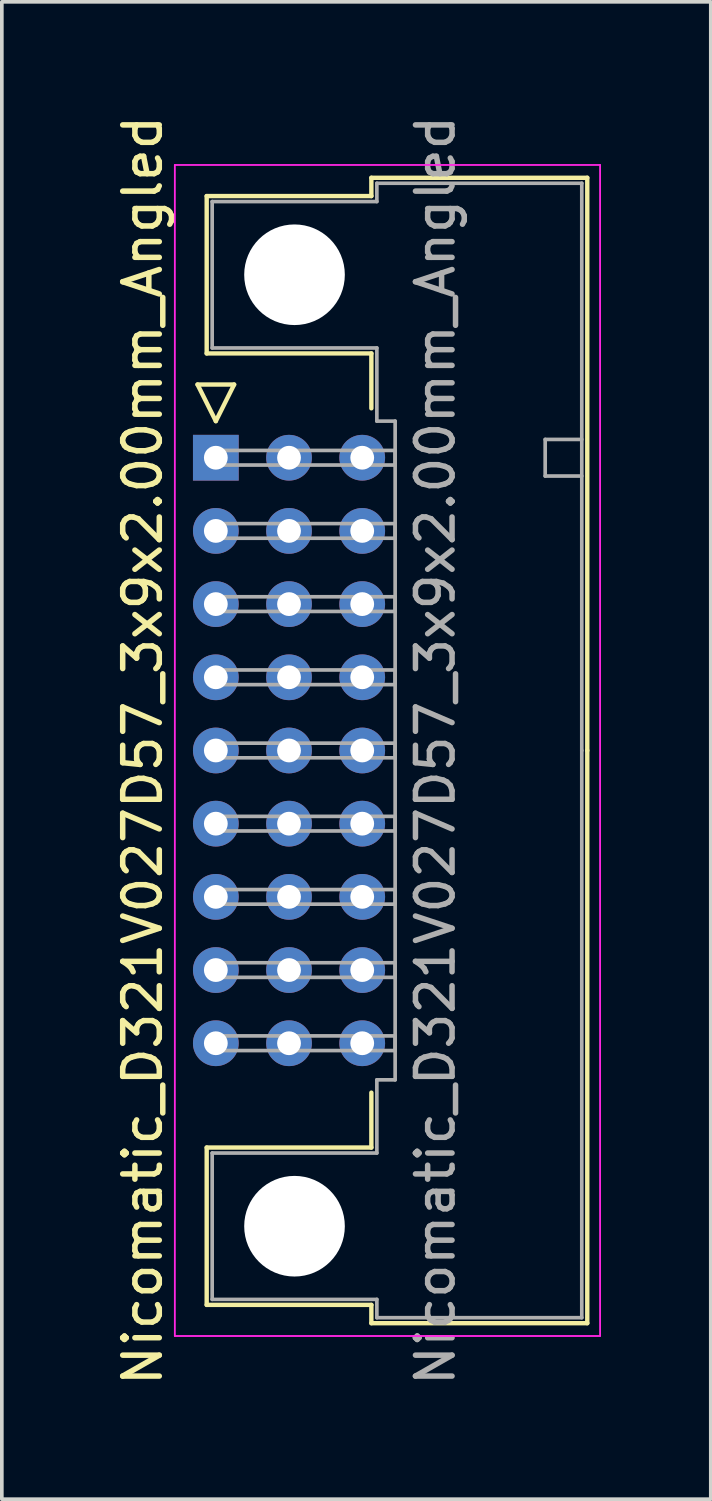
<source format=kicad_pcb>
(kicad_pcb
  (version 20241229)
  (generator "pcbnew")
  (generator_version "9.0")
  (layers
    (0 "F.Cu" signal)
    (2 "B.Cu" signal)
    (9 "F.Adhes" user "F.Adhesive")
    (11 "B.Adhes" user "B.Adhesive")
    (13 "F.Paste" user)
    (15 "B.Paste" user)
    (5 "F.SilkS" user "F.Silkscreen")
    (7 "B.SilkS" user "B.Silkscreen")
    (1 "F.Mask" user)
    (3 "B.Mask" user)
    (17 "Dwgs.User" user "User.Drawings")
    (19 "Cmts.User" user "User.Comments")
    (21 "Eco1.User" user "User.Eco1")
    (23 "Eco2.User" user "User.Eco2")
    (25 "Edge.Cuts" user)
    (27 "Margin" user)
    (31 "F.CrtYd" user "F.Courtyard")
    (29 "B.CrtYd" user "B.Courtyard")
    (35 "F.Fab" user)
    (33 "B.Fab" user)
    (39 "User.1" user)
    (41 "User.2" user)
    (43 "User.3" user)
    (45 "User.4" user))
  (footprint "Nicomatic_D321V027D57_3x9x2.00mm_Angled"
    (layer "F.Cu")
    (at 2.848 9.458)
    (property "Reference" "Nicomatic_D321V027D57_3x9x2.00mm_Angled" (at -2 8 90) (layer "F.SilkS") (effects (font (size 1 1) (thickness 0.15))))
    (attr through_hole)
    (fp_line (start -0.5 -2) (end 0 -1) (stroke (width 0.12) (type solid)) (layer "F.SilkS"))
    (fp_line (start -0.25 -7.15) (end -0.25 -2.85) (stroke (width 0.12) (type solid)) (layer "F.SilkS"))
    (fp_line (start -0.25 -2.85) (end 4.25 -2.85) (stroke (width 0.12) (type solid)) (layer "F.SilkS"))
    (fp_line (start -0.25 18.85) (end 4.25 18.85) (stroke (width 0.12) (type solid)) (layer "F.SilkS"))
    (fp_line (start -0.25 23.15) (end -0.25 18.85) (stroke (width 0.12) (type solid)) (layer "F.SilkS"))
    (fp_line (start 0 -1) (end 0.5 -2) (stroke (width 0.12) (type solid)) (layer "F.SilkS"))
    (fp_line (start 0.5 -2) (end -0.5 -2) (stroke (width 0.12) (type solid)) (layer "F.SilkS"))
    (fp_line (start 4.25 -7.65) (end 4.25 -7.15) (stroke (width 0.12) (type solid)) (layer "F.SilkS"))
    (fp_line (start 4.25 -7.15) (end -0.25 -7.15) (stroke (width 0.12) (type solid)) (layer "F.SilkS"))
    (fp_line (start 4.25 -2.85) (end 4.25 -1.35) (stroke (width 0.12) (type solid)) (layer "F.SilkS"))
    (fp_line (start 4.25 18.85) (end 4.25 17.35) (stroke (width 0.12) (type solid)) (layer "F.SilkS"))
    (fp_line (start 4.25 23.15) (end -0.25 23.15) (stroke (width 0.12) (type solid)) (layer "F.SilkS"))
    (fp_line (start 4.25 23.65) (end 4.25 23.15) (stroke (width 0.12) (type solid)) (layer "F.SilkS"))
    (fp_line (start 10.15 -7.65) (end 4.25 -7.65) (stroke (width 0.12) (type solid)) (layer "F.SilkS"))
    (fp_line (start 10.15 8) (end 10.15 -7.65) (stroke (width 0.12) (type solid)) (layer "F.SilkS"))
    (fp_line (start 10.15 8) (end 10.15 23.65) (stroke (width 0.12) (type solid)) (layer "F.SilkS"))
    (fp_line (start 10.15 23.65) (end 4.25 23.65) (stroke (width 0.12) (type solid)) (layer "F.SilkS"))
    (fp_line (start -1.12 -8) (end -1.12 24) (stroke (width 0.05) (type solid)) (layer "F.CrtYd"))
    (fp_line (start -1.12 24) (end 10.5 24) (stroke (width 0.05) (type solid)) (layer "F.CrtYd"))
    (fp_line (start 10.5 -8) (end -1.12 -8) (stroke (width 0.05) (type solid)) (layer "F.CrtYd"))
    (fp_line (start 10.5 24) (end 10.5 -8) (stroke (width 0.05) (type solid)) (layer "F.CrtYd"))
    (fp_line (start -0.1 -7) (end -0.1 -3) (stroke (width 0.1) (type solid)) (layer "F.Fab"))
    (fp_line (start -0.1 -3) (end 4.4 -3) (stroke (width 0.1) (type solid)) (layer "F.Fab"))
    (fp_line (start -0.1 19) (end 4.4 19) (stroke (width 0.1) (type solid)) (layer "F.Fab"))
    (fp_line (start -0.1 23) (end -0.1 19) (stroke (width 0.1) (type solid)) (layer "F.Fab"))
    (fp_line (start 0 -0.2) (end 0 0.2) (stroke (width 0.1) (type solid)) (layer "F.Fab"))
    (fp_line (start 0 0.2) (end 4.9 0.2) (stroke (width 0.1) (type solid)) (layer "F.Fab"))
    (fp_line (start 0 1.8) (end 0 2.2) (stroke (width 0.1) (type solid)) (layer "F.Fab"))
    (fp_line (start 0 2.2) (end 4.9 2.2) (stroke (width 0.1) (type solid)) (layer "F.Fab"))
    (fp_line (start 0 3.8) (end 0 4.2) (stroke (width 0.1) (type solid)) (layer "F.Fab"))
    (fp_line (start 0 4.2) (end 4.9 4.2) (stroke (width 0.1) (type solid)) (layer "F.Fab"))
    (fp_line (start 0 5.8) (end 0 6.2) (stroke (width 0.1) (type solid)) (layer "F.Fab"))
    (fp_line (start 0 6.2) (end 4.9 6.2) (stroke (width 0.1) (type solid)) (layer "F.Fab"))
    (fp_line (start 0 7.8) (end 0 8.2) (stroke (width 0.1) (type solid)) (layer "F.Fab"))
    (fp_line (start 0 8.2) (end 4.9 8.2) (stroke (width 0.1) (type solid)) (layer "F.Fab"))
    (fp_line (start 0 9.8) (end 0 10.2) (stroke (width 0.1) (type solid)) (layer "F.Fab"))
    (fp_line (start 0 10.2) (end 4.9 10.2) (stroke (width 0.1) (type solid)) (layer "F.Fab"))
    (fp_line (start 0 11.8) (end 0 12.2) (stroke (width 0.1) (type solid)) (layer "F.Fab"))
    (fp_line (start 0 12.2) (end 4.9 12.2) (stroke (width 0.1) (type solid)) (layer "F.Fab"))
    (fp_line (start 0 13.8) (end 0 14.2) (stroke (width 0.1) (type solid)) (layer "F.Fab"))
    (fp_line (start 0 14.2) (end 4.9 14.2) (stroke (width 0.1) (type solid)) (layer "F.Fab"))
    (fp_line (start 0 15.8) (end 0 16.2) (stroke (width 0.1) (type solid)) (layer "F.Fab"))
    (fp_line (start 0 16.2) (end 4.9 16.2) (stroke (width 0.1) (type solid)) (layer "F.Fab"))
    (fp_line (start 4.4 -7.5) (end 4.4 -7) (stroke (width 0.1) (type solid)) (layer "F.Fab"))
    (fp_line (start 4.4 -7) (end -0.1 -7) (stroke (width 0.1) (type solid)) (layer "F.Fab"))
    (fp_line (start 4.4 -3) (end 4.4 -1) (stroke (width 0.1) (type solid)) (layer "F.Fab"))
    (fp_line (start 4.4 -1) (end 4.9 -1) (stroke (width 0.1) (type solid)) (layer "F.Fab"))
    (fp_line (start 4.4 17) (end 4.9 17) (stroke (width 0.1) (type solid)) (layer "F.Fab"))
    (fp_line (start 4.4 19) (end 4.4 17) (stroke (width 0.1) (type solid)) (layer "F.Fab"))
    (fp_line (start 4.4 23) (end -0.1 23) (stroke (width 0.1) (type solid)) (layer "F.Fab"))
    (fp_line (start 4.4 23.5) (end 4.4 23) (stroke (width 0.1) (type solid)) (layer "F.Fab"))
    (fp_line (start 4.9 -1) (end 4.9 8) (stroke (width 0.1) (type solid)) (layer "F.Fab"))
    (fp_line (start 4.9 -0.2) (end 0 -0.2) (stroke (width 0.1) (type solid)) (layer "F.Fab"))
    (fp_line (start 4.9 0.2) (end 4.9 -0.2) (stroke (width 0.1) (type solid)) (layer "F.Fab"))
    (fp_line (start 4.9 1.8) (end 0 1.8) (stroke (width 0.1) (type solid)) (layer "F.Fab"))
    (fp_line (start 4.9 2.2) (end 4.9 1.8) (stroke (width 0.1) (type solid)) (layer "F.Fab"))
    (fp_line (start 4.9 3.8) (end 0 3.8) (stroke (width 0.1) (type solid)) (layer "F.Fab"))
    (fp_line (start 4.9 4.2) (end 4.9 3.8) (stroke (width 0.1) (type solid)) (layer "F.Fab"))
    (fp_line (start 4.9 5.8) (end 0 5.8) (stroke (width 0.1) (type solid)) (layer "F.Fab"))
    (fp_line (start 4.9 6.2) (end 4.9 5.8) (stroke (width 0.1) (type solid)) (layer "F.Fab"))
    (fp_line (start 4.9 7.8) (end 0 7.8) (stroke (width 0.1) (type solid)) (layer "F.Fab"))
    (fp_line (start 4.9 8.2) (end 4.9 7.8) (stroke (width 0.1) (type solid)) (layer "F.Fab"))
    (fp_line (start 4.9 9.8) (end 0 9.8) (stroke (width 0.1) (type solid)) (layer "F.Fab"))
    (fp_line (start 4.9 10.2) (end 4.9 9.8) (stroke (width 0.1) (type solid)) (layer "F.Fab"))
    (fp_line (start 4.9 11.8) (end 0 11.8) (stroke (width 0.1) (type solid)) (layer "F.Fab"))
    (fp_line (start 4.9 12.2) (end 4.9 11.8) (stroke (width 0.1) (type solid)) (layer "F.Fab"))
    (fp_line (start 4.9 13.8) (end 0 13.8) (stroke (width 0.1) (type solid)) (layer "F.Fab"))
    (fp_line (start 4.9 14.2) (end 4.9 13.8) (stroke (width 0.1) (type solid)) (layer "F.Fab"))
    (fp_line (start 4.9 15.8) (end 0 15.8) (stroke (width 0.1) (type solid)) (layer "F.Fab"))
    (fp_line (start 4.9 16.2) (end 4.9 15.8) (stroke (width 0.1) (type solid)) (layer "F.Fab"))
    (fp_line (start 4.9 17) (end 4.9 8) (stroke (width 0.1) (type solid)) (layer "F.Fab"))
    (fp_line (start 9 -0.5) (end 9 0.5) (stroke (width 0.1) (type solid)) (layer "F.Fab"))
    (fp_line (start 9 0.5) (end 10 0.5) (stroke (width 0.1) (type solid)) (layer "F.Fab"))
    (fp_line (start 10 -7.5) (end 4.4 -7.5) (stroke (width 0.1) (type solid)) (layer "F.Fab"))
    (fp_line (start 10 -0.5) (end 9 -0.5) (stroke (width 0.1) (type solid)) (layer "F.Fab"))
    (fp_line (start 10 8) (end 10 -7.5) (stroke (width 0.1) (type solid)) (layer "F.Fab"))
    (fp_line (start 10 8) (end 10 23.5) (stroke (width 0.1) (type solid)) (layer "F.Fab"))
    (fp_line (start 10 23.5) (end 4.4 23.5) (stroke (width 0.1) (type solid)) (layer "F.Fab"))
    (fp_text user "${REFERENCE}" (at 6 8 90) (layer "F.Fab") (effects (font (size 1 1) (thickness 0.15))))
    (pad "" np_thru_hole circle (at 2.15 -5) (size 2.75 2.75) (drill 2.75) (layers "*.Cu" "*.Mask"))
    (pad "" np_thru_hole circle (at 2.15 21) (size 2.75 2.75) (drill 2.75) (layers "*.Cu" "*.Mask"))
    (pad "1" thru_hole rect (at 0 0) (size 1.25 1.25) (drill 0.65) (layers "*.Cu" "*.Mask"))
    (pad "2" thru_hole oval (at 0 2) (size 1.25 1.25) (drill 0.65) (layers "*.Cu" "*.Mask"))
    (pad "3" thru_hole oval (at 0 4) (size 1.25 1.25) (drill 0.65) (layers "*.Cu" "*.Mask"))
    (pad "4" thru_hole oval (at 0 6) (size 1.25 1.25) (drill 0.65) (layers "*.Cu" "*.Mask"))
    (pad "5" thru_hole oval (at 0 8) (size 1.25 1.25) (drill 0.65) (layers "*.Cu" "*.Mask"))
    (pad "6" thru_hole oval (at 0 10) (size 1.25 1.25) (drill 0.65) (layers "*.Cu" "*.Mask"))
    (pad "7" thru_hole oval (at 0 12) (size 1.25 1.25) (drill 0.65) (layers "*.Cu" "*.Mask"))
    (pad "8" thru_hole oval (at 0 14) (size 1.25 1.25) (drill 0.65) (layers "*.Cu" "*.Mask"))
    (pad "9" thru_hole oval (at 0 16) (size 1.25 1.25) (drill 0.65) (layers "*.Cu" "*.Mask"))
    (pad "10" thru_hole oval (at 2 0) (size 1.25 1.25) (drill 0.65) (layers "*.Cu" "*.Mask"))
    (pad "11" thru_hole oval (at 2 2) (size 1.25 1.25) (drill 0.65) (layers "*.Cu" "*.Mask"))
    (pad "12" thru_hole oval (at 2 4) (size 1.25 1.25) (drill 0.65) (layers "*.Cu" "*.Mask"))
    (pad "13" thru_hole oval (at 2 6) (size 1.25 1.25) (drill 0.65) (layers "*.Cu" "*.Mask"))
    (pad "14" thru_hole oval (at 2 8) (size 1.25 1.25) (drill 0.65) (layers "*.Cu" "*.Mask"))
    (pad "15" thru_hole oval (at 2 10) (size 1.25 1.25) (drill 0.65) (layers "*.Cu" "*.Mask"))
    (pad "16" thru_hole oval (at 2 12) (size 1.25 1.25) (drill 0.65) (layers "*.Cu" "*.Mask"))
    (pad "17" thru_hole oval (at 2 14) (size 1.25 1.25) (drill 0.65) (layers "*.Cu" "*.Mask"))
    (pad "18" thru_hole oval (at 2 16) (size 1.25 1.25) (drill 0.65) (layers "*.Cu" "*.Mask"))
    (pad "19" thru_hole oval (at 4 0) (size 1.25 1.25) (drill 0.65) (layers "*.Cu" "*.Mask"))
    (pad "20" thru_hole oval (at 4 2) (size 1.25 1.25) (drill 0.65) (layers "*.Cu" "*.Mask"))
    (pad "21" thru_hole oval (at 4 4) (size 1.25 1.25) (drill 0.65) (layers "*.Cu" "*.Mask"))
    (pad "22" thru_hole oval (at 4 6) (size 1.25 1.25) (drill 0.65) (layers "*.Cu" "*.Mask"))
    (pad "23" thru_hole oval (at 4 8) (size 1.25 1.25) (drill 0.65) (layers "*.Cu" "*.Mask"))
    (pad "24" thru_hole oval (at 4 10) (size 1.25 1.25) (drill 0.65) (layers "*.Cu" "*.Mask"))
    (pad "25" thru_hole oval (at 4 12) (size 1.25 1.25) (drill 0.65) (layers "*.Cu" "*.Mask"))
    (pad "26" thru_hole oval (at 4 14) (size 1.25 1.25) (drill 0.65) (layers "*.Cu" "*.Mask"))
    (pad "27" thru_hole oval (at 4 16) (size 1.25 1.25) (drill 0.65) (layers "*.Cu" "*.Mask")))
  (gr_rect
    (start -3 -3)
    (end 16.373 37.917)
    (stroke (width 0.1) (type default))
    (fill no)
    (layer "Edge.Cuts")))
</source>
